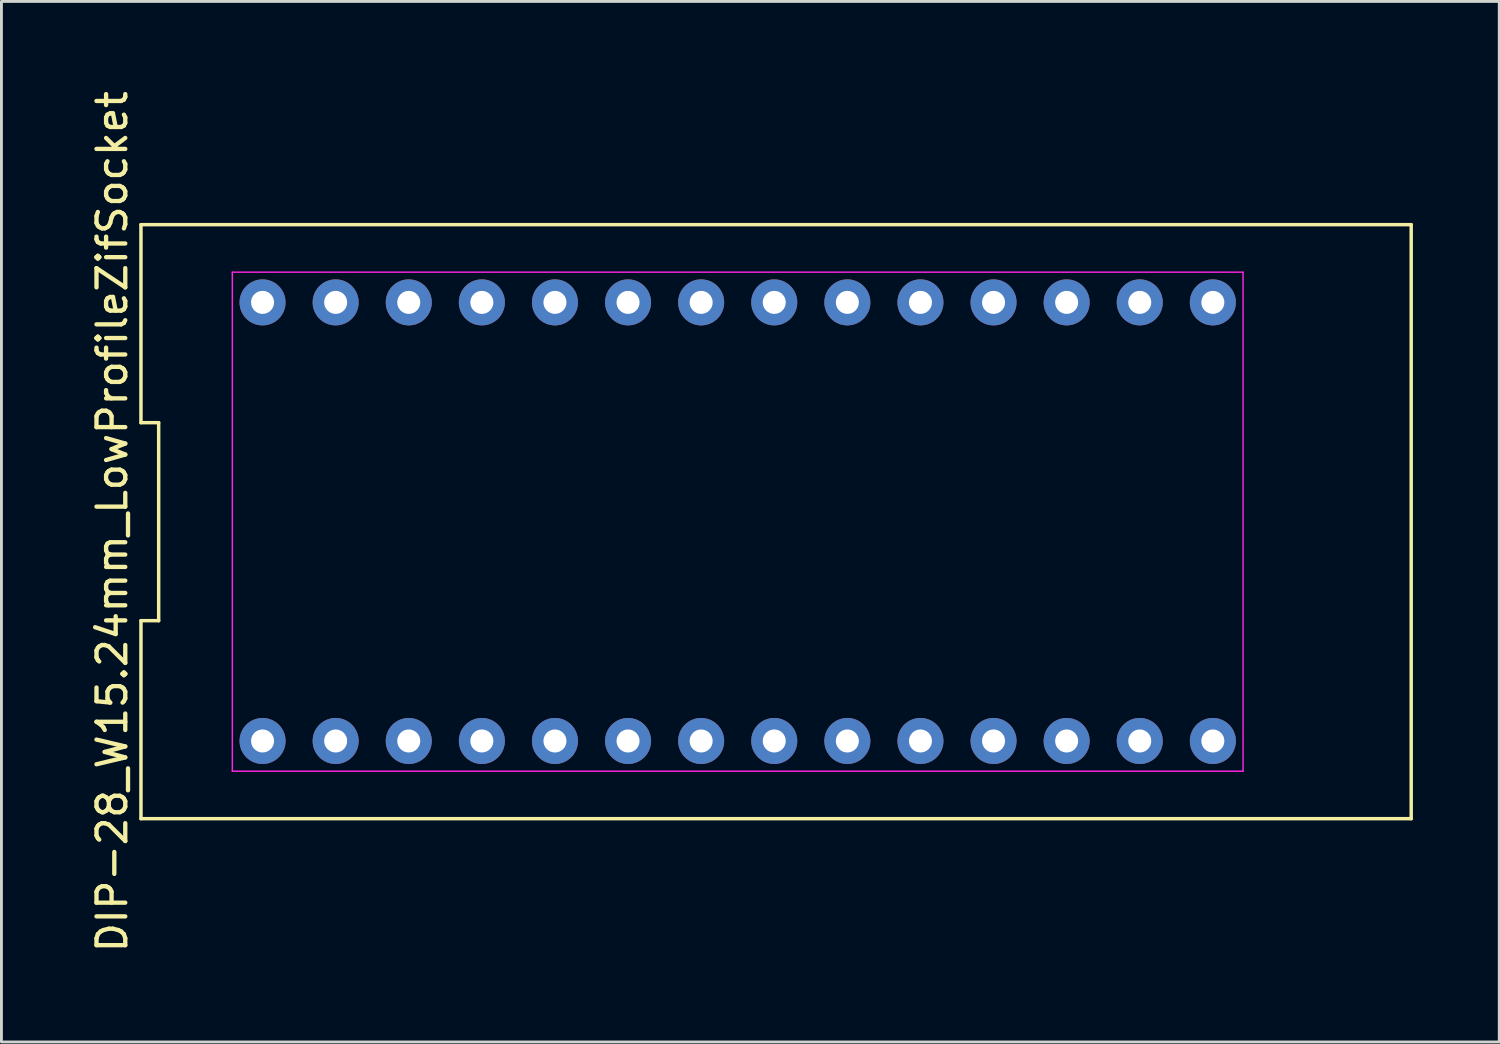
<source format=kicad_pcb>
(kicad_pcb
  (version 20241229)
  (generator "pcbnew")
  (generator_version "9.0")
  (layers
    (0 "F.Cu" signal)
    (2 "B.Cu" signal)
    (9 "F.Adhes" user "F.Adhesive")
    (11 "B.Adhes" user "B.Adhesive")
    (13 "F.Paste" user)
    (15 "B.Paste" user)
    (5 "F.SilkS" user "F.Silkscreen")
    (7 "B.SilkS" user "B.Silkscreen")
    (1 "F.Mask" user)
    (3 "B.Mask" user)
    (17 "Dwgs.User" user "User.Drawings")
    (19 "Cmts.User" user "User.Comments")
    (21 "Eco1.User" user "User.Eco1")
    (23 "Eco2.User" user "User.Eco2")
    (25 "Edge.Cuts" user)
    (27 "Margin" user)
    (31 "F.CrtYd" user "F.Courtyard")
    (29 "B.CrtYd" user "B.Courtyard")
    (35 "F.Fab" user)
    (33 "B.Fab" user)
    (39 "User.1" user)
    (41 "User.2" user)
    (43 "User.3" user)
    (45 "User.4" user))
  (footprint "DIP-28_W15.24mm_LowProfileZifSocket"
    (layer "F.Cu")
    (at 22.583 15.077)
    (property "Reference" "DIP-28_W15.24mm_LowProfileZifSocket" (at -21.735 0 90) (layer "F.SilkS") (effects (font (size 1 1) (thickness 0.15))))
    (attr through_hole)
    (fp_line (start -20.735 -10.32) (end -20.735 -3.44) (stroke (width 0.12) (type solid)) (layer "F.SilkS"))
    (fp_line (start -20.735 -3.44) (end -20.12 -3.44) (stroke (width 0.12) (type solid)) (layer "F.SilkS"))
    (fp_line (start -20.735 3.44) (end -20.735 10.32) (stroke (width 0.12) (type solid)) (layer "F.SilkS"))
    (fp_line (start -20.735 10.32) (end 23.402 10.32) (stroke (width 0.12) (type solid)) (layer "F.SilkS"))
    (fp_line (start -20.12 -3.44) (end -20.12 3.44) (stroke (width 0.12) (type default)) (layer "F.SilkS"))
    (fp_line (start -20.12 3.44) (end -20.735 3.44) (stroke (width 0.12) (type solid)) (layer "F.SilkS"))
    (fp_line (start 23.402 -10.32) (end -20.735 -10.32) (stroke (width 0.12) (type solid)) (layer "F.SilkS"))
    (fp_line (start 23.402 10.32) (end 23.402 -10.32) (stroke (width 0.12) (type solid)) (layer "F.SilkS"))
    (fp_line (start -17.56 -8.67) (end 17.56 -8.67) (stroke (width 0.05) (type default)) (layer "F.CrtYd"))
    (fp_line (start -17.56 8.67) (end -17.56 -8.67) (stroke (width 0.05) (type default)) (layer "F.CrtYd"))
    (fp_line (start 17.56 -8.67) (end 17.56 8.67) (stroke (width 0.05) (type default)) (layer "F.CrtYd"))
    (fp_line (start 17.56 8.67) (end -17.56 8.67) (stroke (width 0.05) (type default)) (layer "F.CrtYd"))
    (pad "1" thru_hole circle (at -16.51 7.62) (size 1.6 1.6) (drill 0.8) (layers "*.Cu" "*.Mask"))
    (pad "2" thru_hole circle (at -13.97 7.62) (size 1.6 1.6) (drill 0.8) (layers "*.Cu" "*.Mask"))
    (pad "3" thru_hole circle (at -11.43 7.62) (size 1.6 1.6) (drill 0.8) (layers "*.Cu" "*.Mask"))
    (pad "4" thru_hole circle (at -8.89 7.62) (size 1.6 1.6) (drill 0.8) (layers "*.Cu" "*.Mask"))
    (pad "5" thru_hole circle (at -6.35 7.62) (size 1.6 1.6) (drill 0.8) (layers "*.Cu" "*.Mask"))
    (pad "6" thru_hole circle (at -3.81 7.62) (size 1.6 1.6) (drill 0.8) (layers "*.Cu" "*.Mask"))
    (pad "7" thru_hole circle (at -1.27 7.62) (size 1.6 1.6) (drill 0.8) (layers "*.Cu" "*.Mask"))
    (pad "8" thru_hole circle (at 1.27 7.62) (size 1.6 1.6) (drill 0.8) (layers "*.Cu" "*.Mask"))
    (pad "9" thru_hole circle (at 3.81 7.62) (size 1.6 1.6) (drill 0.8) (layers "*.Cu" "*.Mask"))
    (pad "10" thru_hole circle (at 6.35 7.62) (size 1.6 1.6) (drill 0.8) (layers "*.Cu" "*.Mask"))
    (pad "11" thru_hole circle (at 8.89 7.62) (size 1.6 1.6) (drill 0.8) (layers "*.Cu" "*.Mask"))
    (pad "12" thru_hole circle (at 11.43 7.62) (size 1.6 1.6) (drill 0.8) (layers "*.Cu" "*.Mask"))
    (pad "13" thru_hole circle (at 13.97 7.62) (size 1.6 1.6) (drill 0.8) (layers "*.Cu" "*.Mask"))
    (pad "14" thru_hole circle (at 16.51 7.62) (size 1.6 1.6) (drill 0.8) (layers "*.Cu" "*.Mask"))
    (pad "15" thru_hole circle (at 16.51 -7.62) (size 1.6 1.6) (drill 0.8) (layers "*.Cu" "*.Mask"))
    (pad "16" thru_hole circle (at 13.97 -7.62) (size 1.6 1.6) (drill 0.8) (layers "*.Cu" "*.Mask"))
    (pad "17" thru_hole circle (at 11.43 -7.62) (size 1.6 1.6) (drill 0.8) (layers "*.Cu" "*.Mask"))
    (pad "18" thru_hole circle (at 8.89 -7.62) (size 1.6 1.6) (drill 0.8) (layers "*.Cu" "*.Mask"))
    (pad "19" thru_hole circle (at 6.35 -7.62) (size 1.6 1.6) (drill 0.8) (layers "*.Cu" "*.Mask"))
    (pad "20" thru_hole circle (at 3.81 -7.62) (size 1.6 1.6) (drill 0.8) (layers "*.Cu" "*.Mask"))
    (pad "21" thru_hole circle (at 1.27 -7.62) (size 1.6 1.6) (drill 0.8) (layers "*.Cu" "*.Mask"))
    (pad "22" thru_hole circle (at -1.27 -7.62) (size 1.6 1.6) (drill 0.8) (layers "*.Cu" "*.Mask"))
    (pad "23" thru_hole circle (at -3.81 -7.62) (size 1.6 1.6) (drill 0.8) (layers "*.Cu" "*.Mask"))
    (pad "24" thru_hole circle (at -6.35 -7.62) (size 1.6 1.6) (drill 0.8) (layers "*.Cu" "*.Mask"))
    (pad "25" thru_hole circle (at -8.89 -7.62) (size 1.6 1.6) (drill 0.8) (layers "*.Cu" "*.Mask"))
    (pad "26" thru_hole circle (at -11.43 -7.62) (size 1.6 1.6) (drill 0.8) (layers "*.Cu" "*.Mask"))
    (pad "27" thru_hole circle (at -13.97 -7.62) (size 1.6 1.6) (drill 0.8) (layers "*.Cu" "*.Mask"))
    (pad "28" thru_hole circle (at -16.51 -7.62) (size 1.6 1.6) (drill 0.8) (layers "*.Cu" "*.Mask")))
  (gr_rect
    (start -3 -3)
    (end 49.045 33.155)
    (stroke (width 0.1) (type default))
    (fill no)
    (layer "Edge.Cuts")))
</source>
